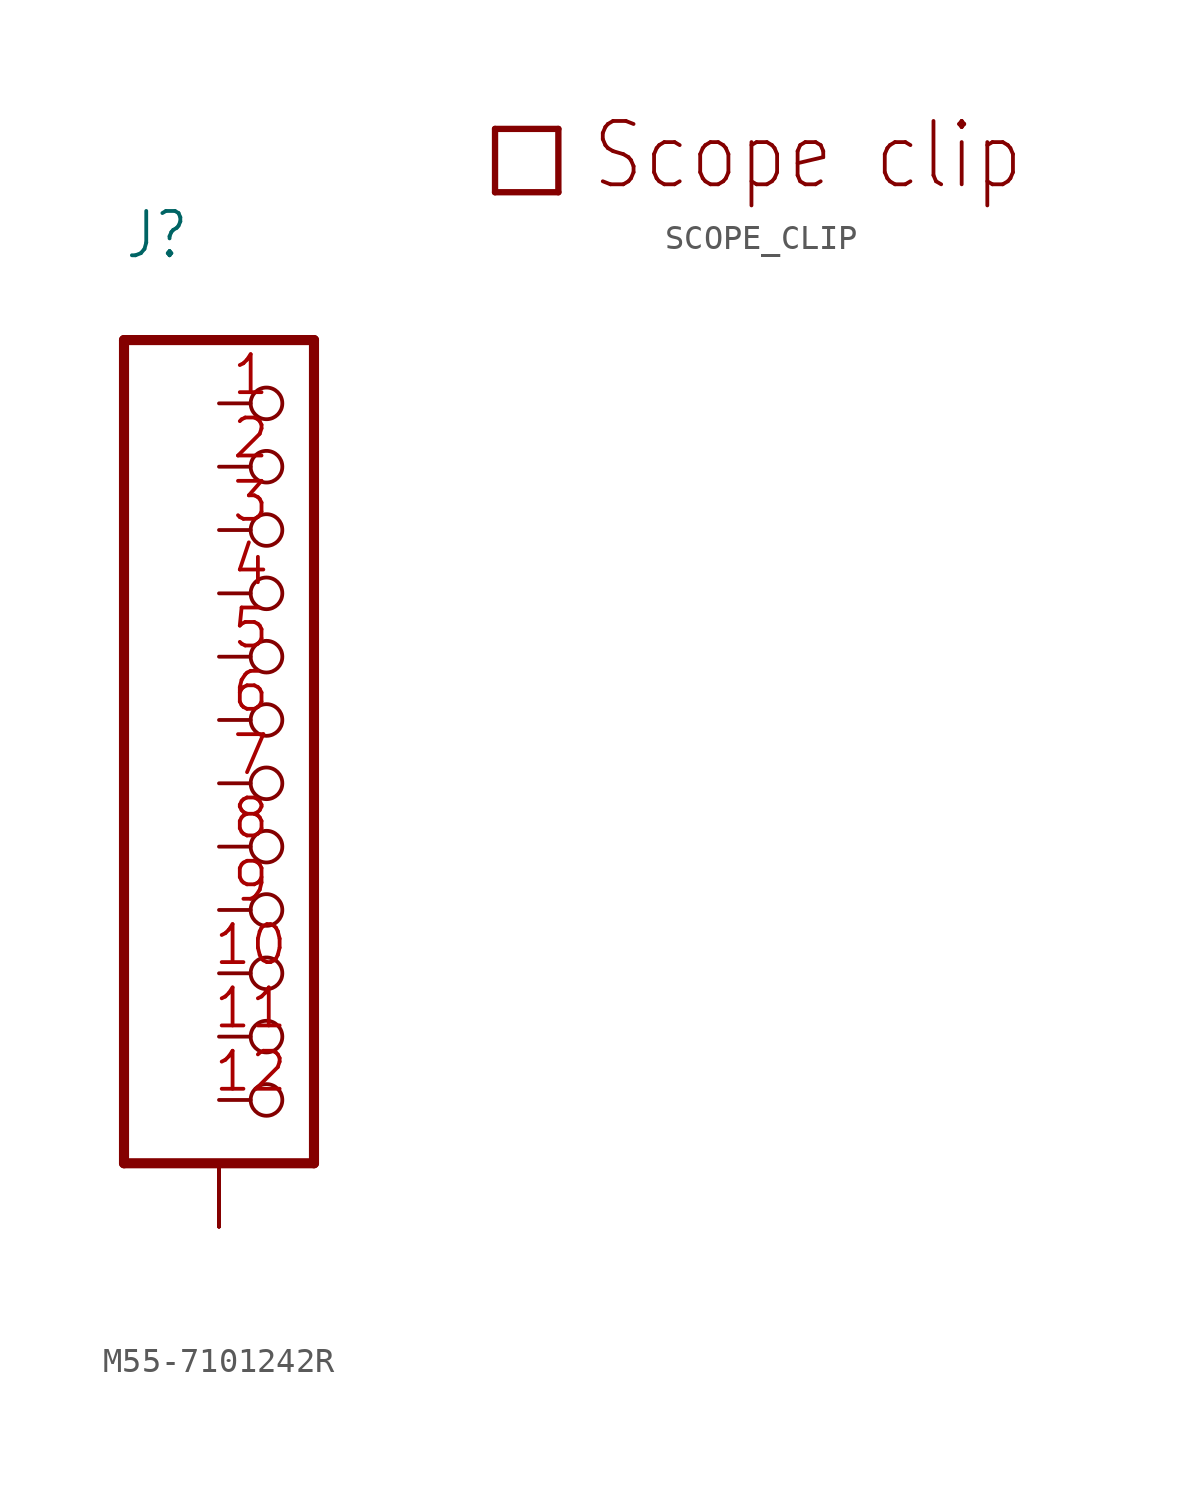
<source format=kicad_sym>
(kicad_symbol_lib
  (version 20241209)
  (generator "kicad_symbol_editor")
  (generator_version "9.0")
  (symbol "M55-7101242R"
    (property "Reference" "J"
      (at -6.35 18.415 0)
      (effects (font (size 1.778 1.511)) (justify left bottom)))
    (property "Value" ""
      (at -6.35 16.51 0)
      (effects (font (size 1.778 1.511)) (justify left bottom)))
    (property "ki_locked" ""
      (at 0 0 0)
      (effects (font (size 1.27 1.27))))
    (symbol "M55-7101242R_1_0"
      (polyline (pts (xy -6.35 15.24) (xy -6.35 -17.78)) (stroke (width 0.406) (type solid)) (fill (type none)))
      (polyline (pts (xy -6.35 -17.78) (xy 1.27 -17.78)) (stroke (width 0.406) (type solid)) (fill (type none)))
      (polyline (pts (xy 1.27 15.24) (xy -6.35 15.24)) (stroke (width 0.406) (type solid)) (fill (type none)))
      (polyline (pts (xy 1.27 -17.78) (xy 1.27 15.24)) (stroke (width 0.406) (type solid)) (fill (type none)))
      (pin passive inverted (at -2.54 12.7 0) (length 2.54) (name "1" (effects (font (size 0 0)))) (number "1" (effects (font (size 1.524 1.524)))))
      (pin passive inverted (at -2.54 10.16 0) (length 2.54) (name "2" (effects (font (size 0 0)))) (number "2" (effects (font (size 1.524 1.524)))))
      (pin passive inverted (at -2.54 7.62 0) (length 2.54) (name "3" (effects (font (size 0 0)))) (number "3" (effects (font (size 1.524 1.524)))))
      (pin passive inverted (at -2.54 5.08 0) (length 2.54) (name "4" (effects (font (size 0 0)))) (number "4" (effects (font (size 1.524 1.524)))))
      (pin passive inverted (at -2.54 2.54 0) (length 2.54) (name "5" (effects (font (size 0 0)))) (number "5" (effects (font (size 1.524 1.524)))))
      (pin passive inverted (at -2.54 0 0) (length 2.54) (name "6" (effects (font (size 0 0)))) (number "6" (effects (font (size 1.524 1.524)))))
      (pin passive inverted (at -2.54 -2.54 0) (length 2.54) (name "7" (effects (font (size 0 0)))) (number "7" (effects (font (size 1.524 1.524)))))
      (pin passive inverted (at -2.54 -5.08 0) (length 2.54) (name "8" (effects (font (size 0 0)))) (number "8" (effects (font (size 1.524 1.524)))))
      (pin passive inverted (at -2.54 -7.62 0) (length 2.54) (name "9" (effects (font (size 0 0)))) (number "9" (effects (font (size 1.524 1.524)))))
      (pin passive inverted (at -2.54 -10.16 0) (length 2.54) (name "10" (effects (font (size 0 0)))) (number "10" (effects (font (size 1.524 1.524)))))
      (pin passive inverted (at -2.54 -12.7 0) (length 2.54) (name "11" (effects (font (size 0 0)))) (number "11" (effects (font (size 1.524 1.524)))))
      (pin passive inverted (at -2.54 -15.24 0) (length 2.54) (name "12" (effects (font (size 0 0)))) (number "12" (effects (font (size 1.524 1.524)))))
      (pin passive line (at -2.54 -20.32 90) (length 2.54) (name "SHIELD" (effects (font (size 0 0)))) (number "P$1" (effects (font (size 0 0)))))
      (pin passive line (at -2.54 -20.32 90) (length 2.54) (name "SHIELD" (effects (font (size 0 0)))) (number "P$2" (effects (font (size 0 0)))))
      (pin passive line (at -2.54 -20.32 90) (length 2.54) (name "SHIELD" (effects (font (size 0 0)))) (number "P$3" (effects (font (size 0 0)))))
      (pin passive line (at -2.54 -20.32 90) (length 2.54) (name "SHIELD" (effects (font (size 0 0)))) (number "P$4" (effects (font (size 0 0)))))))
  (symbol "SCOPE_CLIP"
    (property "Reference" ""
      (at 0 0 0)
      (effects (font (size 1.27 1.27)) (hide yes)))
    (property "ki_locked" ""
      (at 0 0 0)
      (effects (font (size 1.27 1.27))))
    (symbol "SCOPE_CLIP_1_0"
      (polyline (pts (xy -1.27 1.27) (xy 1.27 1.27)) (stroke (width 0.254) (type solid)) (fill (type none)))
      (polyline (pts (xy -1.27 -1.27) (xy -1.27 1.27)) (stroke (width 0.254) (type solid)) (fill (type none)))
      (polyline (pts (xy 1.27 1.27) (xy 1.27 -1.27)) (stroke (width 0.254) (type solid)) (fill (type none)))
      (polyline (pts (xy 1.27 -1.27) (xy -1.27 -1.27)) (stroke (width 0.254) (type solid)) (fill (type none)))
      (text "Scope clip" (at 2.54 -1.27 0) (effects (font (size 2.54 2.159)) (justify left bottom))))))
</source>
